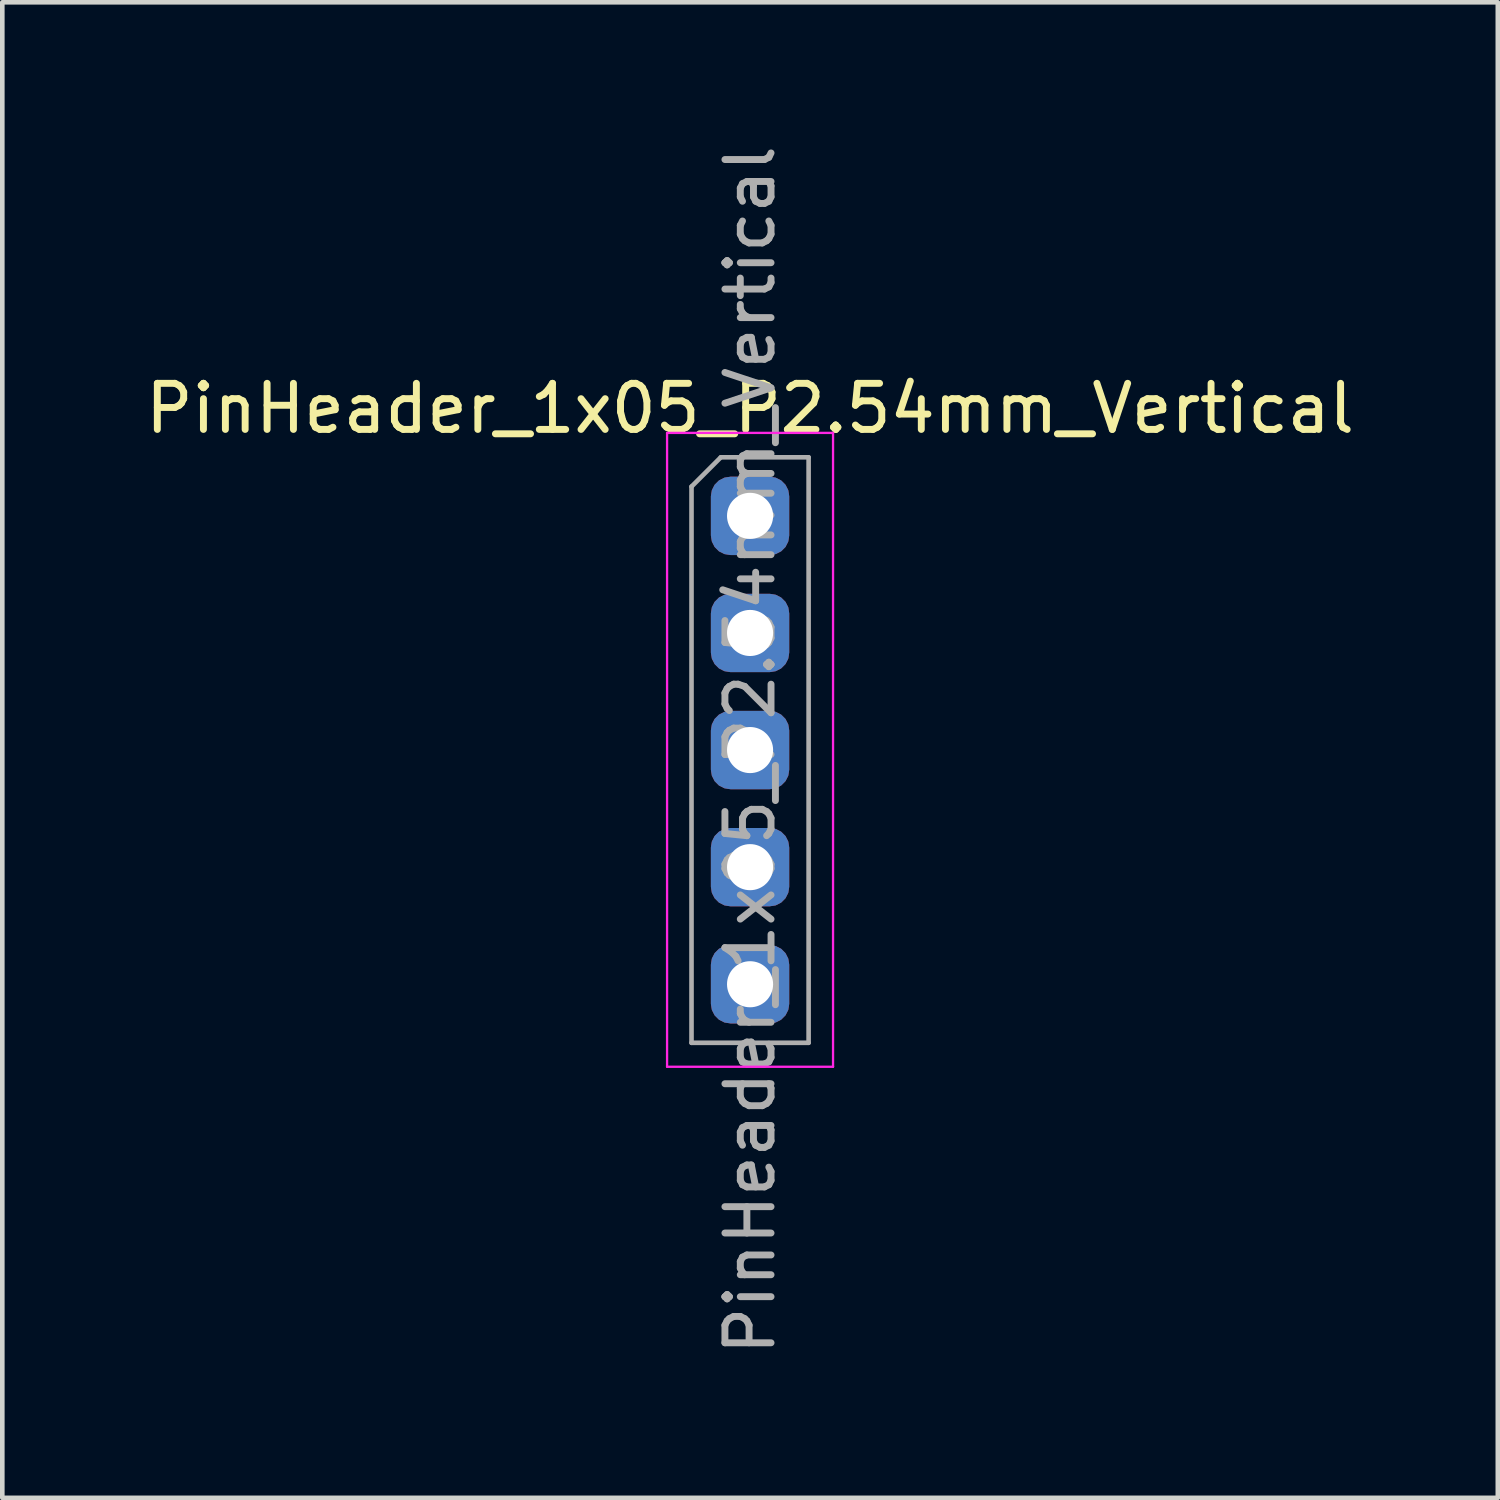
<source format=kicad_pcb>
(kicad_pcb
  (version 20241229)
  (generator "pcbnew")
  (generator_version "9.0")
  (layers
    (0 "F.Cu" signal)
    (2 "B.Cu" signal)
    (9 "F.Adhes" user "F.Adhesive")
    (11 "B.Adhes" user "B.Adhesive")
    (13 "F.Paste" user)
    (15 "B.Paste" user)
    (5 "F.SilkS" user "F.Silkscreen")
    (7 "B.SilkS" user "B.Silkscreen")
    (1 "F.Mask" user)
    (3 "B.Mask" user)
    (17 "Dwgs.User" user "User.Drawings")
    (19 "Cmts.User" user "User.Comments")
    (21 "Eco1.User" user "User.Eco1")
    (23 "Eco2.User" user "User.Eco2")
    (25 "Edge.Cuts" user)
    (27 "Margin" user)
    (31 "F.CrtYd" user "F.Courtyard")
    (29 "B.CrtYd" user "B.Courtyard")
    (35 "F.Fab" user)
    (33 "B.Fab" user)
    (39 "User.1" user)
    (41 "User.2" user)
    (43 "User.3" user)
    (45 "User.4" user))
  (footprint "PinHeader_1x05_P2.54mm_Vertical"
    (layer "F.Cu")
    (at 13.22 8.14)
    (property "Reference" "PinHeader_1x05_P2.54mm_Vertical" (at 0 -2.33 0) (layer "F.SilkS") (effects (font (size 1 1) (thickness 0.15))))
    (attr through_hole)
    (fp_line (start -1.8 -1.8) (end -1.8 11.95) (stroke (width 0.05) (type solid)) (layer "F.CrtYd"))
    (fp_line (start -1.8 11.95) (end 1.8 11.95) (stroke (width 0.05) (type solid)) (layer "F.CrtYd"))
    (fp_line (start 1.8 -1.8) (end -1.8 -1.8) (stroke (width 0.05) (type solid)) (layer "F.CrtYd"))
    (fp_line (start 1.8 11.95) (end 1.8 -1.8) (stroke (width 0.05) (type solid)) (layer "F.CrtYd"))
    (fp_line (start -1.27 -0.635) (end -0.635 -1.27) (stroke (width 0.1) (type solid)) (layer "F.Fab"))
    (fp_line (start -1.27 11.43) (end -1.27 -0.635) (stroke (width 0.1) (type solid)) (layer "F.Fab"))
    (fp_line (start -0.635 -1.27) (end 1.27 -1.27) (stroke (width 0.1) (type solid)) (layer "F.Fab"))
    (fp_line (start 1.27 -1.27) (end 1.27 11.43) (stroke (width 0.1) (type solid)) (layer "F.Fab"))
    (fp_line (start 1.27 11.43) (end -1.27 11.43) (stroke (width 0.1) (type solid)) (layer "F.Fab"))
    (fp_text user "${REFERENCE}" (at 0 5.08 90) (layer "F.Fab") (effects (font (size 1 1) (thickness 0.15))))
    (pad "1" thru_hole roundrect (at 0 0) (size 1.7 1.7) (drill 1) (layers "*.Cu" "*.Mask") (roundrect_rratio 0.25))
    (pad "2" thru_hole roundrect (at 0 2.54) (size 1.7 1.7) (drill 1) (layers "*.Cu" "*.Mask") (roundrect_rratio 0.25))
    (pad "3" thru_hole roundrect (at 0 5.08) (size 1.7 1.7) (drill 1) (layers "*.Cu" "*.Mask") (roundrect_rratio 0.25))
    (pad "4" thru_hole roundrect (at 0 7.62) (size 1.7 1.7) (drill 1) (layers "*.Cu" "*.Mask") (roundrect_rratio 0.25))
    (pad "5" thru_hole roundrect (at 0 10.16) (size 1.7 1.7) (drill 1) (layers "*.Cu" "*.Mask") (roundrect_rratio 0.25)))
  (gr_rect
    (start -3 -3)
    (end 29.44 29.44)
    (stroke (width 0.1) (type default))
    (fill no)
    (layer "Edge.Cuts")))
</source>
